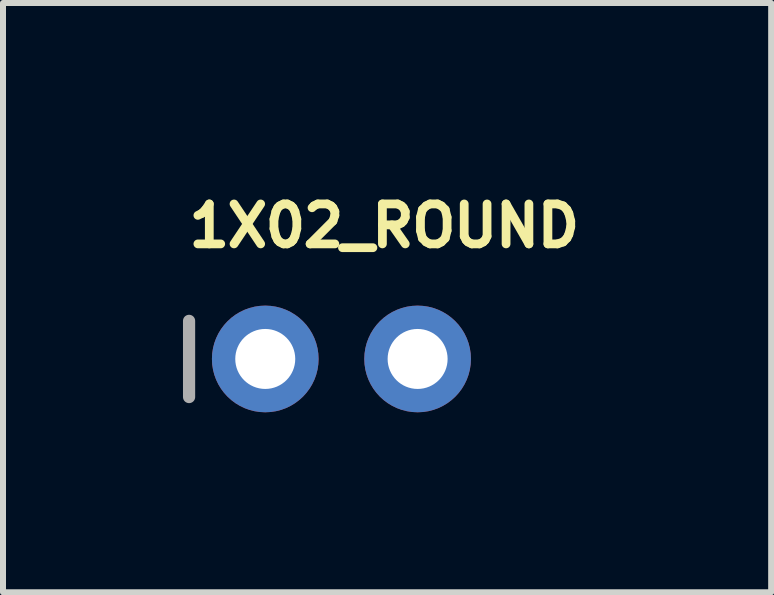
<source format=kicad_pcb>
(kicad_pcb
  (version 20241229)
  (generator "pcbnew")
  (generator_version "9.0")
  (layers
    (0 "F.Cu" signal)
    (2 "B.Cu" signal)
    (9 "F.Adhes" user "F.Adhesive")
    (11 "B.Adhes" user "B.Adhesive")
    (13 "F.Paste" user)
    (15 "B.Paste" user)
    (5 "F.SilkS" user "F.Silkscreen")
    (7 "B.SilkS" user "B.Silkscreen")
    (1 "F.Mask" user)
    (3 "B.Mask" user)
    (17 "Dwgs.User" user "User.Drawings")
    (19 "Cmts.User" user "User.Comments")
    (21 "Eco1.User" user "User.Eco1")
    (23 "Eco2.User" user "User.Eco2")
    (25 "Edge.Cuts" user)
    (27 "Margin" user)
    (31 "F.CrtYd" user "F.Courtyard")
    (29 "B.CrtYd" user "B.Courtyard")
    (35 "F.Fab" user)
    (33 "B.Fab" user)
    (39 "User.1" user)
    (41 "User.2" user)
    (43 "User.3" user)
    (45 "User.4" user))
  (footprint "1X02_ROUND"
    (layer "F.Cu")
    (at 2.642 2.934)
    (property "Reference" "1X02_ROUND" (at -2.616 -1.829 0) (unlocked yes) (layer "F.SilkS") (effects (font (size 0.666 0.666) (thickness 0.146)) (justify left bottom)))
    (fp_line (start -2.54 -0.635) (end -2.54 0.635) (stroke (width 0.203) (type solid)) (layer "F.Fab"))
    (fp_poly (pts (xy -1.524 0.254) (xy -1.016 0.254) (xy -1.016 -0.254) (xy -1.524 -0.254)) (stroke (width 0.1) (type default)) (fill no) (layer "F.Fab"))
    (fp_poly (pts (xy 1.016 0.254) (xy 1.524 0.254) (xy 1.524 -0.254) (xy 1.016 -0.254)) (stroke (width 0.1) (type default)) (fill no) (layer "F.Fab"))
    (pad "1" thru_hole circle (at -1.27 0 90) (size 1.778 1.778) (drill 1) (layers "*.Cu" "*.Mask"))
    (pad "2" thru_hole circle (at 1.27 0 90) (size 1.778 1.778) (drill 1) (layers "*.Cu" "*.Mask")))
  (gr_rect
    (start -3 -3)
    (end 9.806 6.823)
    (stroke (width 0.1) (type default))
    (fill no)
    (layer "Edge.Cuts")))
</source>
